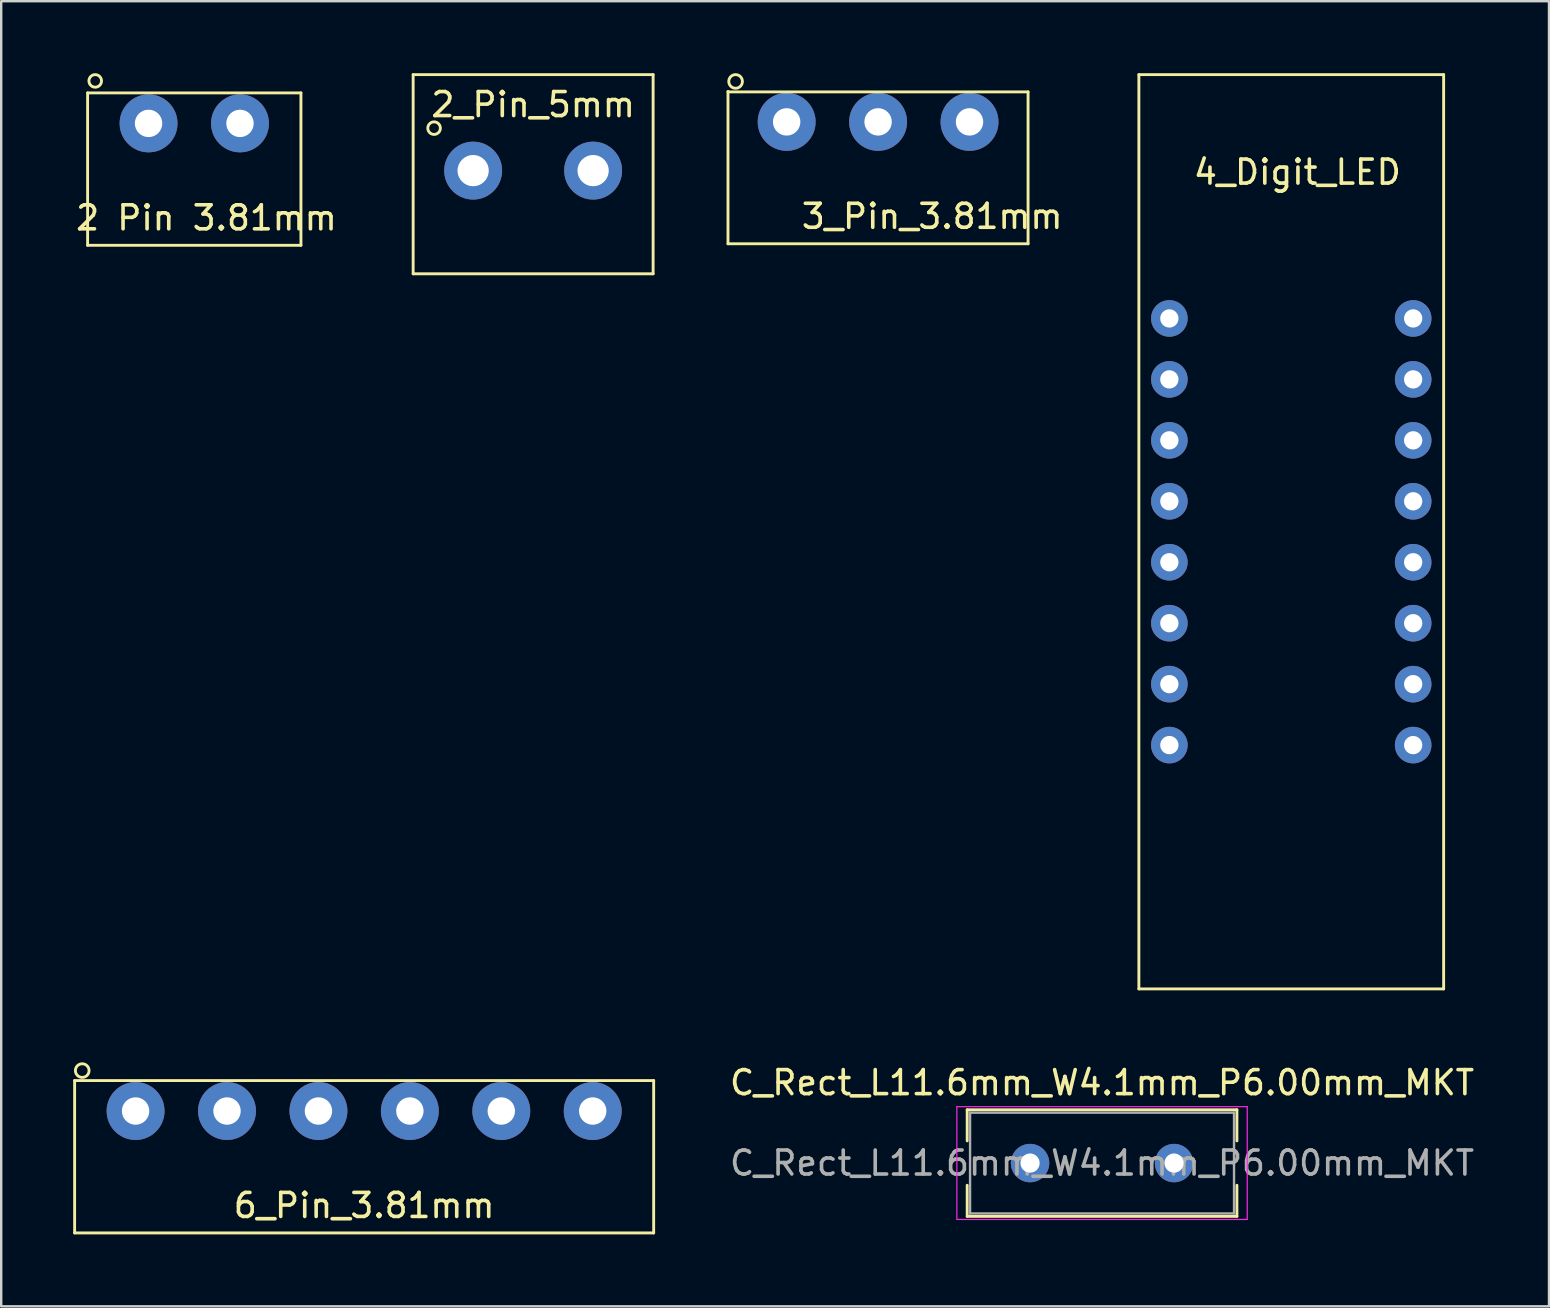
<source format=kicad_pcb>
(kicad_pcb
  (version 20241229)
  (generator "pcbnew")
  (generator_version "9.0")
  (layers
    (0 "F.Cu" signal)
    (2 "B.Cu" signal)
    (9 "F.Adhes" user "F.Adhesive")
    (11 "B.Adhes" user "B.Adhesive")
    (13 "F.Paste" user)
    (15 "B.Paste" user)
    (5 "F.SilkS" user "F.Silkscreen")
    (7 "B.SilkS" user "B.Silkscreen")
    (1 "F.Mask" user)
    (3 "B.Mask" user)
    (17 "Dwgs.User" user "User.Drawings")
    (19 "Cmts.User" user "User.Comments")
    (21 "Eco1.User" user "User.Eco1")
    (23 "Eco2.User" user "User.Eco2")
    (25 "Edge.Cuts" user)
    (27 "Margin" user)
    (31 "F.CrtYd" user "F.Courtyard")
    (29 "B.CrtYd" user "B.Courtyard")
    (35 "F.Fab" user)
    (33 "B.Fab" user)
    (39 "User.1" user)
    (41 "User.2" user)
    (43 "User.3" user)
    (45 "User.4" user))
  (footprint "4_Digit_LED"
    (layer "F.Cu")
    (at 50.76 19.11)
    (property "Reference" "4_Digit_LED" (at 0.254 -14.986 0) (layer "F.SilkS") (effects (font (size 1 1) (thickness 0.15))))
    (attr through_hole)
    (fp_line (start -6.35 -19.05) (end -6.35 19.05) (stroke (width 0.12) (type solid)) (layer "F.SilkS"))
    (fp_line (start -6.35 19.05) (end 6.35 19.05) (stroke (width 0.12) (type solid)) (layer "F.SilkS"))
    (fp_line (start 6.35 -19.05) (end -6.35 -19.05) (stroke (width 0.12) (type solid)) (layer "F.SilkS"))
    (fp_line (start 6.35 19.05) (end 6.35 -19.05) (stroke (width 0.12) (type solid)) (layer "F.SilkS"))
    (pad "1" thru_hole circle (at -5.08 -8.89) (size 1.524 1.524) (drill 0.762) (layers "*.Cu" "*.Mask"))
    (pad "2" thru_hole circle (at -5.08 -6.35) (size 1.524 1.524) (drill 0.762) (layers "*.Cu" "*.Mask"))
    (pad "3" thru_hole circle (at -5.08 -3.81) (size 1.524 1.524) (drill 0.762) (layers "*.Cu" "*.Mask"))
    (pad "4" thru_hole circle (at -5.08 -1.27) (size 1.524 1.524) (drill 0.762) (layers "*.Cu" "*.Mask"))
    (pad "5" thru_hole circle (at -5.08 1.27) (size 1.524 1.524) (drill 0.762) (layers "*.Cu" "*.Mask"))
    (pad "6" thru_hole circle (at -5.08 3.81) (size 1.524 1.524) (drill 0.762) (layers "*.Cu" "*.Mask"))
    (pad "7" thru_hole circle (at -5.08 6.35) (size 1.524 1.524) (drill 0.762) (layers "*.Cu" "*.Mask"))
    (pad "8" thru_hole circle (at -5.08 8.89) (size 1.524 1.524) (drill 0.762) (layers "*.Cu" "*.Mask"))
    (pad "9" thru_hole circle (at 5.08 8.89) (size 1.524 1.524) (drill 0.762) (layers "*.Cu" "*.Mask"))
    (pad "10" thru_hole circle (at 5.08 6.35) (size 1.524 1.524) (drill 0.762) (layers "*.Cu" "*.Mask"))
    (pad "11" thru_hole circle (at 5.08 3.81) (size 1.524 1.524) (drill 0.762) (layers "*.Cu" "*.Mask"))
    (pad "12" thru_hole circle (at 5.08 1.27) (size 1.524 1.524) (drill 0.762) (layers "*.Cu" "*.Mask"))
    (pad "13" thru_hole circle (at 5.08 -1.27) (size 1.524 1.524) (drill 0.762) (layers "*.Cu" "*.Mask"))
    (pad "14" thru_hole circle (at 5.08 -3.81) (size 1.524 1.524) (drill 0.762) (layers "*.Cu" "*.Mask"))
    (pad "15" thru_hole circle (at 5.08 -6.35) (size 1.524 1.524) (drill 0.762) (layers "*.Cu" "*.Mask"))
    (pad "16" thru_hole circle (at 5.08 -8.89) (size 1.524 1.524) (drill 0.762) (layers "*.Cu" "*.Mask")))
  (footprint "2 Pin 3.81mm"
    (layer "F.Cu")
    (at 5.046 2.092)
    (property "Reference" "2 Pin 3.81mm" (at 0.508 3.937 0) (layer "F.SilkS") (effects (font (size 1 1) (thickness 0.15))))
    (attr through_hole)
    (fp_line (start -4.445 -1.27) (end -4.445 5.08) (stroke (width 0.12) (type solid)) (layer "F.SilkS"))
    (fp_line (start -4.445 -1.27) (end 4.445 -1.27) (stroke (width 0.12) (type solid)) (layer "F.SilkS"))
    (fp_line (start -4.445 5.08) (end 4.445 5.08) (stroke (width 0.12) (type solid)) (layer "F.SilkS"))
    (fp_line (start 4.445 5.08) (end 4.445 -1.27) (stroke (width 0.12) (type solid)) (layer "F.SilkS"))
    (fp_circle (center -4.128 -1.77) (end -4.064 -1.516) (stroke (width 0.12) (type solid)) (fill no) (layer "F.SilkS"))
    (pad "1" thru_hole circle (at -1.905 0) (size 2.413 2.413) (drill 1.143) (layers "*.Cu" "*.Mask"))
    (pad "2" thru_hole circle (at 1.905 0) (size 2.413 2.413) (drill 1.143) (layers "*.Cu" "*.Mask")))
  (footprint "3_Pin_3.81mm"
    (layer "F.Cu")
    (at 33.542 2.029)
    (property "Reference" "3_Pin_3.81mm" (at 2.254 3.937 0) (layer "F.SilkS") (effects (font (size 1 1) (thickness 0.15))))
    (attr through_hole)
    (fp_line (start -6.255 -1.25) (end 6.25 -1.25) (stroke (width 0.12) (type solid)) (layer "F.SilkS"))
    (fp_line (start -6.255 5.08) (end -6.255 -1.27) (stroke (width 0.12) (type solid)) (layer "F.SilkS"))
    (fp_line (start 6.25 -1.25) (end 6.25 5.08) (stroke (width 0.12) (type solid)) (layer "F.SilkS"))
    (fp_line (start 6.25 5.08) (end -6.255 5.08) (stroke (width 0.12) (type solid)) (layer "F.SilkS"))
    (fp_circle (center -5.938 -1.685) (end -5.811 -1.431) (stroke (width 0.12) (type solid)) (fill no) (layer "F.SilkS"))
    (pad "1" thru_hole circle (at -3.81 0) (size 2.413 2.413) (drill 1.143) (layers "*.Cu" "*.Mask"))
    (pad "2" thru_hole circle (at 0 0) (size 2.413 2.413) (drill 1.143) (layers "*.Cu" "*.Mask"))
    (pad "3" thru_hole circle (at 3.81 0) (size 2.413 2.413) (drill 1.143) (layers "*.Cu" "*.Mask")))
  (footprint "C_Rect_L11.6mm_W4.1mm_P6.00mm_MKT"
    (layer "F.Cu")
    (at 42.875 45.418)
    (property "Reference" "C_Rect_L11.6mm_W4.1mm_P6.00mm_MKT" (at 0 -3.35 0) (layer "F.SilkS") (effects (font (size 1 1) (thickness 0.15))))
    (attr through_hole)
    (fp_line (start -5.62 -2.22) (end -5.62 -0.925) (stroke (width 0.12) (type solid)) (layer "F.SilkS"))
    (fp_line (start -5.62 -2.22) (end 5.62 -2.22) (stroke (width 0.12) (type solid)) (layer "F.SilkS"))
    (fp_line (start -5.62 0.925) (end -5.62 2.22) (stroke (width 0.12) (type solid)) (layer "F.SilkS"))
    (fp_line (start -5.62 2.22) (end 5.62 2.22) (stroke (width 0.12) (type solid)) (layer "F.SilkS"))
    (fp_line (start 5.62 -2.22) (end 5.62 -0.925) (stroke (width 0.12) (type solid)) (layer "F.SilkS"))
    (fp_line (start 5.62 0.925) (end 5.62 2.22) (stroke (width 0.12) (type solid)) (layer "F.SilkS"))
    (fp_line (start -6.05 -2.35) (end -6.05 2.35) (stroke (width 0.05) (type solid)) (layer "F.CrtYd"))
    (fp_line (start -6.05 2.35) (end 6.05 2.35) (stroke (width 0.05) (type solid)) (layer "F.CrtYd"))
    (fp_line (start 6.05 -2.35) (end -6.05 -2.35) (stroke (width 0.05) (type solid)) (layer "F.CrtYd"))
    (fp_line (start 6.05 2.35) (end 6.05 -2.35) (stroke (width 0.05) (type solid)) (layer "F.CrtYd"))
    (fp_line (start -5.5 -2.1) (end -5.5 2.1) (stroke (width 0.1) (type solid)) (layer "F.Fab"))
    (fp_line (start -5.5 2.1) (end 5.5 2.1) (stroke (width 0.1) (type solid)) (layer "F.Fab"))
    (fp_line (start 5.5 -2.1) (end -5.5 -2.1) (stroke (width 0.1) (type solid)) (layer "F.Fab"))
    (fp_line (start 5.5 2.1) (end 5.5 -2.1) (stroke (width 0.1) (type solid)) (layer "F.Fab"))
    (fp_text user "${REFERENCE}" (at 0 0 0) (layer "F.Fab") (effects (font (size 1 1) (thickness 0.15))))
    (pad "1" thru_hole circle (at -3 0) (size 1.6 1.6) (drill 0.8) (layers "*.Cu" "*.Mask"))
    (pad "2" thru_hole circle (at 3 0) (size 1.6 1.6) (drill 0.8) (layers "*.Cu" "*.Mask")))
  (footprint "2_Pin_5mm"
    (layer "F.Cu")
    (at 19.167 4.06)
    (property "Reference" "2_Pin_5mm" (at 0 -2.75 0) (layer "F.SilkS") (effects (font (size 1 1) (thickness 0.15))))
    (attr through_hole)
    (fp_line (start -5 -4) (end -5 4.3) (stroke (width 0.12) (type solid)) (layer "F.SilkS"))
    (fp_line (start -5 -4) (end 5 -4) (stroke (width 0.12) (type solid)) (layer "F.SilkS"))
    (fp_line (start -5 4.3) (end 5 4.3) (stroke (width 0.12) (type solid)) (layer "F.SilkS"))
    (fp_line (start 5 4.3) (end 5 -4) (stroke (width 0.12) (type solid)) (layer "F.SilkS"))
    (fp_circle (center -4.128 -1.77) (end -4.064 -1.516) (stroke (width 0.12) (type solid)) (fill no) (layer "F.SilkS"))
    (pad "1" thru_hole circle (at -2.5 0) (size 2.413 2.413) (drill 1.3) (layers "*.Cu" "*.Mask"))
    (pad "2" thru_hole circle (at 2.5 0) (size 2.413 2.413) (drill 1.3) (layers "*.Cu" "*.Mask")))
  (footprint "6_Pin_3.81mm"
    (layer "F.Cu")
    (at 12.125 43.249)
    (property "Reference" "6_Pin_3.81mm" (at 0 3.937 0) (layer "F.SilkS") (effects (font (size 1 1) (thickness 0.15))))
    (attr through_hole)
    (fp_line (start -12.065 -1.27) (end 12.065 -1.27) (stroke (width 0.12) (type solid)) (layer "F.SilkS"))
    (fp_line (start -12.065 5.08) (end -12.065 -1.27) (stroke (width 0.12) (type solid)) (layer "F.SilkS"))
    (fp_line (start 12.065 -1.27) (end 12.065 5.08) (stroke (width 0.12) (type solid)) (layer "F.SilkS"))
    (fp_line (start 12.065 5.08) (end -12.065 5.08) (stroke (width 0.12) (type solid)) (layer "F.SilkS"))
    (fp_circle (center -11.748 -1.685) (end -11.62 -1.431) (stroke (width 0.12) (type solid)) (fill no) (layer "F.SilkS"))
    (pad "1" thru_hole circle (at -9.525 0) (size 2.413 2.413) (drill 1.143) (layers "*.Cu" "*.Mask"))
    (pad "2" thru_hole circle (at -5.715 0) (size 2.413 2.413) (drill 1.143) (layers "*.Cu" "*.Mask"))
    (pad "3" thru_hole circle (at -1.905 0) (size 2.413 2.413) (drill 1.143) (layers "*.Cu" "*.Mask"))
    (pad "4" thru_hole circle (at 1.905 0) (size 2.413 2.413) (drill 1.143) (layers "*.Cu" "*.Mask"))
    (pad "5" thru_hole circle (at 5.715 0) (size 2.413 2.413) (drill 1.143) (layers "*.Cu" "*.Mask"))
    (pad "6" thru_hole circle (at 9.525 0) (size 2.413 2.413) (drill 1.143) (layers "*.Cu" "*.Mask")))
  (gr_rect
    (start -3 -3)
    (end 61.5 51.389)
    (stroke (width 0.1) (type default))
    (fill no)
    (layer "Edge.Cuts")))
</source>
